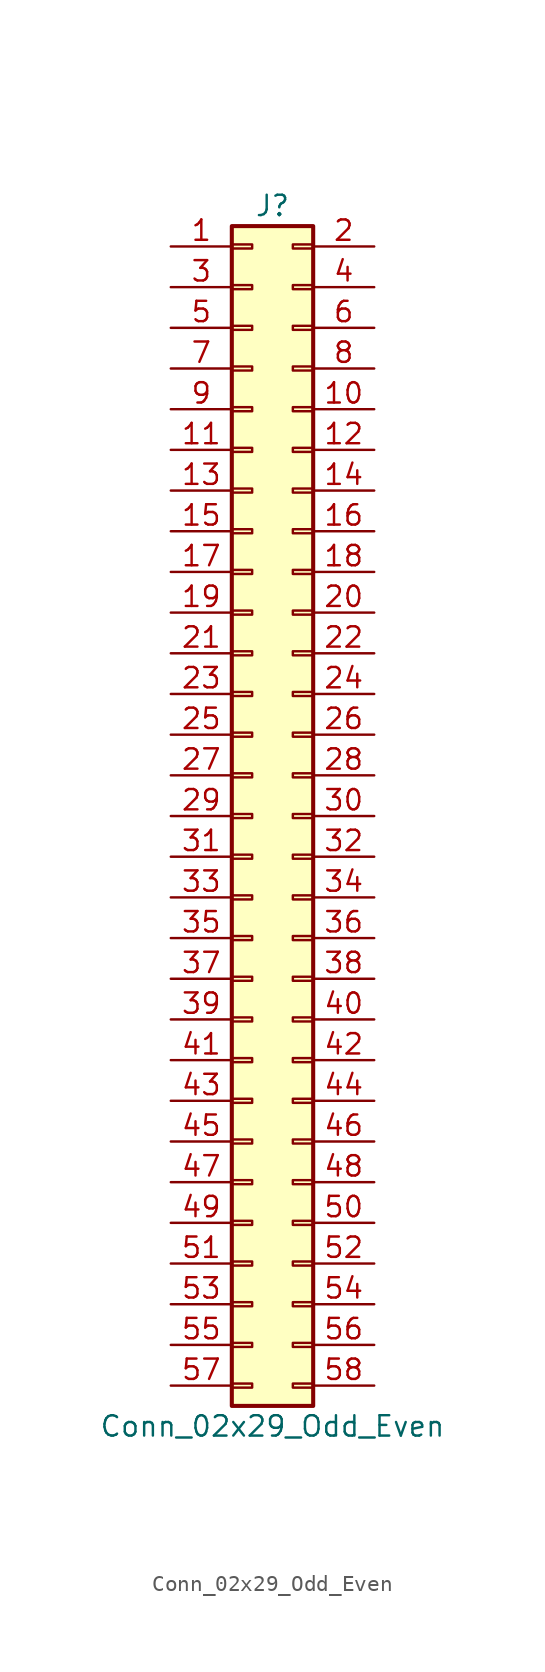
<source format=kicad_sym>
(kicad_symbol_lib
  (version 20201005)
  (generator kicad_symbol_editor)
  (symbol "Connector_Generic:Conn_02x29_Odd_Even"
    (pin_names
      (offset 1.016) hide)
    (property "Reference" "J"
      (at 1.27 38.1 0)
      (effects (font (size 1.27 1.27))))
    (property "Value" "Conn_02x29_Odd_Even"
      (at 1.27 -38.1 0)
      (effects (font (size 1.27 1.27))))
    (symbol "Conn_02x29_Odd_Even_1_1"
      (rectangle (start -1.27 -27.813) (end 0 -28.067) (stroke (width 0.152)) (fill (type none)))
      (rectangle (start -1.27 -30.353) (end 0 -30.607) (stroke (width 0.152)) (fill (type none)))
      (rectangle (start -1.27 -32.893) (end 0 -33.147) (stroke (width 0.152)) (fill (type none)))
      (rectangle (start -1.27 -35.433) (end 0 -35.687) (stroke (width 0.152)) (fill (type none)))
      (rectangle (start -1.27 -4.953) (end 0 -5.207) (stroke (width 0.152)) (fill (type none)))
      (rectangle (start -1.27 -7.493) (end 0 -7.747) (stroke (width 0.152)) (fill (type none)))
      (rectangle (start -1.27 -10.033) (end 0 -10.287) (stroke (width 0.152)) (fill (type none)))
      (rectangle (start -1.27 -12.573) (end 0 -12.827) (stroke (width 0.152)) (fill (type none)))
      (rectangle (start -1.27 -15.113) (end 0 -15.367) (stroke (width 0.152)) (fill (type none)))
      (rectangle (start -1.27 -17.653) (end 0 -17.907) (stroke (width 0.152)) (fill (type none)))
      (rectangle (start -1.27 -20.193) (end 0 -20.447) (stroke (width 0.152)) (fill (type none)))
      (rectangle (start -1.27 -22.733) (end 0 -22.987) (stroke (width 0.152)) (fill (type none)))
      (rectangle (start -1.27 -2.413) (end 0 -2.667) (stroke (width 0.152)) (fill (type none)))
      (rectangle (start -1.27 -25.273) (end 0 -25.527) (stroke (width 0.152)) (fill (type none)))
      (rectangle (start -1.27 25.527) (end 0 25.273) (stroke (width 0.152)) (fill (type none)))
      (rectangle (start -1.27 2.667) (end 0 2.413) (stroke (width 0.152)) (fill (type none)))
      (rectangle (start -1.27 28.067) (end 0 27.813) (stroke (width 0.152)) (fill (type none)))
      (rectangle (start -1.27 30.607) (end 0 30.353) (stroke (width 0.152)) (fill (type none)))
      (rectangle (start -1.27 33.147) (end 0 32.893) (stroke (width 0.152)) (fill (type none)))
      (rectangle (start -1.27 35.687) (end 0 35.433) (stroke (width 0.152)) (fill (type none)))
      (rectangle (start -1.27 36.83) (end 3.81 -36.83) (stroke (width 0.254)) (fill (type background)))
      (rectangle (start -1.27 5.207) (end 0 4.953) (stroke (width 0.152)) (fill (type none)))
      (rectangle (start -1.27 7.747) (end 0 7.493) (stroke (width 0.152)) (fill (type none)))
      (rectangle (start -1.27 10.287) (end 0 10.033) (stroke (width 0.152)) (fill (type none)))
      (rectangle (start -1.27 0.127) (end 0 -0.127) (stroke (width 0.152)) (fill (type none)))
      (rectangle (start -1.27 12.827) (end 0 12.573) (stroke (width 0.152)) (fill (type none)))
      (rectangle (start -1.27 15.367) (end 0 15.113) (stroke (width 0.152)) (fill (type none)))
      (rectangle (start -1.27 17.907) (end 0 17.653) (stroke (width 0.152)) (fill (type none)))
      (rectangle (start -1.27 20.447) (end 0 20.193) (stroke (width 0.152)) (fill (type none)))
      (rectangle (start -1.27 22.987) (end 0 22.733) (stroke (width 0.152)) (fill (type none)))
      (rectangle (start 3.81 -27.813) (end 2.54 -28.067) (stroke (width 0.152)) (fill (type none)))
      (rectangle (start 3.81 -30.353) (end 2.54 -30.607) (stroke (width 0.152)) (fill (type none)))
      (rectangle (start 3.81 -32.893) (end 2.54 -33.147) (stroke (width 0.152)) (fill (type none)))
      (rectangle (start 3.81 -35.433) (end 2.54 -35.687) (stroke (width 0.152)) (fill (type none)))
      (rectangle (start 3.81 -4.953) (end 2.54 -5.207) (stroke (width 0.152)) (fill (type none)))
      (rectangle (start 3.81 -7.493) (end 2.54 -7.747) (stroke (width 0.152)) (fill (type none)))
      (rectangle (start 3.81 -10.033) (end 2.54 -10.287) (stroke (width 0.152)) (fill (type none)))
      (rectangle (start 3.81 -12.573) (end 2.54 -12.827) (stroke (width 0.152)) (fill (type none)))
      (rectangle (start 3.81 -15.113) (end 2.54 -15.367) (stroke (width 0.152)) (fill (type none)))
      (rectangle (start 3.81 -17.653) (end 2.54 -17.907) (stroke (width 0.152)) (fill (type none)))
      (rectangle (start 3.81 -20.193) (end 2.54 -20.447) (stroke (width 0.152)) (fill (type none)))
      (rectangle (start 3.81 -22.733) (end 2.54 -22.987) (stroke (width 0.152)) (fill (type none)))
      (rectangle (start 3.81 -2.413) (end 2.54 -2.667) (stroke (width 0.152)) (fill (type none)))
      (rectangle (start 3.81 -25.273) (end 2.54 -25.527) (stroke (width 0.152)) (fill (type none)))
      (rectangle (start 3.81 25.527) (end 2.54 25.273) (stroke (width 0.152)) (fill (type none)))
      (rectangle (start 3.81 2.667) (end 2.54 2.413) (stroke (width 0.152)) (fill (type none)))
      (rectangle (start 3.81 28.067) (end 2.54 27.813) (stroke (width 0.152)) (fill (type none)))
      (rectangle (start 3.81 30.607) (end 2.54 30.353) (stroke (width 0.152)) (fill (type none)))
      (rectangle (start 3.81 33.147) (end 2.54 32.893) (stroke (width 0.152)) (fill (type none)))
      (rectangle (start 3.81 35.687) (end 2.54 35.433) (stroke (width 0.152)) (fill (type none)))
      (rectangle (start 3.81 5.207) (end 2.54 4.953) (stroke (width 0.152)) (fill (type none)))
      (rectangle (start 3.81 7.747) (end 2.54 7.493) (stroke (width 0.152)) (fill (type none)))
      (rectangle (start 3.81 10.287) (end 2.54 10.033) (stroke (width 0.152)) (fill (type none)))
      (rectangle (start 3.81 0.127) (end 2.54 -0.127) (stroke (width 0.152)) (fill (type none)))
      (rectangle (start 3.81 12.827) (end 2.54 12.573) (stroke (width 0.152)) (fill (type none)))
      (rectangle (start 3.81 15.367) (end 2.54 15.113) (stroke (width 0.152)) (fill (type none)))
      (rectangle (start 3.81 17.907) (end 2.54 17.653) (stroke (width 0.152)) (fill (type none)))
      (rectangle (start 3.81 20.447) (end 2.54 20.193) (stroke (width 0.152)) (fill (type none)))
      (rectangle (start 3.81 22.987) (end 2.54 22.733) (stroke (width 0.152)) (fill (type none)))
      (pin passive line (at -5.08 35.56 0) (length 3.81) (name "Pin_1" (effects (font (size 1.27 1.27)))) (number "1" (effects (font (size 1.27 1.27)))))
      (pin passive line (at 7.62 25.4 180) (length 3.81) (name "Pin_10" (effects (font (size 1.27 1.27)))) (number "10" (effects (font (size 1.27 1.27)))))
      (pin passive line (at -5.08 22.86 0) (length 3.81) (name "Pin_11" (effects (font (size 1.27 1.27)))) (number "11" (effects (font (size 1.27 1.27)))))
      (pin passive line (at 7.62 22.86 180) (length 3.81) (name "Pin_12" (effects (font (size 1.27 1.27)))) (number "12" (effects (font (size 1.27 1.27)))))
      (pin passive line (at -5.08 20.32 0) (length 3.81) (name "Pin_13" (effects (font (size 1.27 1.27)))) (number "13" (effects (font (size 1.27 1.27)))))
      (pin passive line (at 7.62 20.32 180) (length 3.81) (name "Pin_14" (effects (font (size 1.27 1.27)))) (number "14" (effects (font (size 1.27 1.27)))))
      (pin passive line (at -5.08 17.78 0) (length 3.81) (name "Pin_15" (effects (font (size 1.27 1.27)))) (number "15" (effects (font (size 1.27 1.27)))))
      (pin passive line (at 7.62 17.78 180) (length 3.81) (name "Pin_16" (effects (font (size 1.27 1.27)))) (number "16" (effects (font (size 1.27 1.27)))))
      (pin passive line (at -5.08 15.24 0) (length 3.81) (name "Pin_17" (effects (font (size 1.27 1.27)))) (number "17" (effects (font (size 1.27 1.27)))))
      (pin passive line (at 7.62 15.24 180) (length 3.81) (name "Pin_18" (effects (font (size 1.27 1.27)))) (number "18" (effects (font (size 1.27 1.27)))))
      (pin passive line (at -5.08 12.7 0) (length 3.81) (name "Pin_19" (effects (font (size 1.27 1.27)))) (number "19" (effects (font (size 1.27 1.27)))))
      (pin passive line (at 7.62 35.56 180) (length 3.81) (name "Pin_2" (effects (font (size 1.27 1.27)))) (number "2" (effects (font (size 1.27 1.27)))))
      (pin passive line (at 7.62 12.7 180) (length 3.81) (name "Pin_20" (effects (font (size 1.27 1.27)))) (number "20" (effects (font (size 1.27 1.27)))))
      (pin passive line (at -5.08 10.16 0) (length 3.81) (name "Pin_21" (effects (font (size 1.27 1.27)))) (number "21" (effects (font (size 1.27 1.27)))))
      (pin passive line (at 7.62 10.16 180) (length 3.81) (name "Pin_22" (effects (font (size 1.27 1.27)))) (number "22" (effects (font (size 1.27 1.27)))))
      (pin passive line (at -5.08 7.62 0) (length 3.81) (name "Pin_23" (effects (font (size 1.27 1.27)))) (number "23" (effects (font (size 1.27 1.27)))))
      (pin passive line (at 7.62 7.62 180) (length 3.81) (name "Pin_24" (effects (font (size 1.27 1.27)))) (number "24" (effects (font (size 1.27 1.27)))))
      (pin passive line (at -5.08 5.08 0) (length 3.81) (name "Pin_25" (effects (font (size 1.27 1.27)))) (number "25" (effects (font (size 1.27 1.27)))))
      (pin passive line (at 7.62 5.08 180) (length 3.81) (name "Pin_26" (effects (font (size 1.27 1.27)))) (number "26" (effects (font (size 1.27 1.27)))))
      (pin passive line (at -5.08 2.54 0) (length 3.81) (name "Pin_27" (effects (font (size 1.27 1.27)))) (number "27" (effects (font (size 1.27 1.27)))))
      (pin passive line (at 7.62 2.54 180) (length 3.81) (name "Pin_28" (effects (font (size 1.27 1.27)))) (number "28" (effects (font (size 1.27 1.27)))))
      (pin passive line (at -5.08 0 0) (length 3.81) (name "Pin_29" (effects (font (size 1.27 1.27)))) (number "29" (effects (font (size 1.27 1.27)))))
      (pin passive line (at -5.08 33.02 0) (length 3.81) (name "Pin_3" (effects (font (size 1.27 1.27)))) (number "3" (effects (font (size 1.27 1.27)))))
      (pin passive line (at 7.62 0 180) (length 3.81) (name "Pin_30" (effects (font (size 1.27 1.27)))) (number "30" (effects (font (size 1.27 1.27)))))
      (pin passive line (at -5.08 -2.54 0) (length 3.81) (name "Pin_31" (effects (font (size 1.27 1.27)))) (number "31" (effects (font (size 1.27 1.27)))))
      (pin passive line (at 7.62 -2.54 180) (length 3.81) (name "Pin_32" (effects (font (size 1.27 1.27)))) (number "32" (effects (font (size 1.27 1.27)))))
      (pin passive line (at -5.08 -5.08 0) (length 3.81) (name "Pin_33" (effects (font (size 1.27 1.27)))) (number "33" (effects (font (size 1.27 1.27)))))
      (pin passive line (at 7.62 -5.08 180) (length 3.81) (name "Pin_34" (effects (font (size 1.27 1.27)))) (number "34" (effects (font (size 1.27 1.27)))))
      (pin passive line (at -5.08 -7.62 0) (length 3.81) (name "Pin_35" (effects (font (size 1.27 1.27)))) (number "35" (effects (font (size 1.27 1.27)))))
      (pin passive line (at 7.62 -7.62 180) (length 3.81) (name "Pin_36" (effects (font (size 1.27 1.27)))) (number "36" (effects (font (size 1.27 1.27)))))
      (pin passive line (at -5.08 -10.16 0) (length 3.81) (name "Pin_37" (effects (font (size 1.27 1.27)))) (number "37" (effects (font (size 1.27 1.27)))))
      (pin passive line (at 7.62 -10.16 180) (length 3.81) (name "Pin_38" (effects (font (size 1.27 1.27)))) (number "38" (effects (font (size 1.27 1.27)))))
      (pin passive line (at -5.08 -12.7 0) (length 3.81) (name "Pin_39" (effects (font (size 1.27 1.27)))) (number "39" (effects (font (size 1.27 1.27)))))
      (pin passive line (at 7.62 33.02 180) (length 3.81) (name "Pin_4" (effects (font (size 1.27 1.27)))) (number "4" (effects (font (size 1.27 1.27)))))
      (pin passive line (at 7.62 -12.7 180) (length 3.81) (name "Pin_40" (effects (font (size 1.27 1.27)))) (number "40" (effects (font (size 1.27 1.27)))))
      (pin passive line (at -5.08 -15.24 0) (length 3.81) (name "Pin_41" (effects (font (size 1.27 1.27)))) (number "41" (effects (font (size 1.27 1.27)))))
      (pin passive line (at 7.62 -15.24 180) (length 3.81) (name "Pin_42" (effects (font (size 1.27 1.27)))) (number "42" (effects (font (size 1.27 1.27)))))
      (pin passive line (at -5.08 -17.78 0) (length 3.81) (name "Pin_43" (effects (font (size 1.27 1.27)))) (number "43" (effects (font (size 1.27 1.27)))))
      (pin passive line (at 7.62 -17.78 180) (length 3.81) (name "Pin_44" (effects (font (size 1.27 1.27)))) (number "44" (effects (font (size 1.27 1.27)))))
      (pin passive line (at -5.08 -20.32 0) (length 3.81) (name "Pin_45" (effects (font (size 1.27 1.27)))) (number "45" (effects (font (size 1.27 1.27)))))
      (pin passive line (at 7.62 -20.32 180) (length 3.81) (name "Pin_46" (effects (font (size 1.27 1.27)))) (number "46" (effects (font (size 1.27 1.27)))))
      (pin passive line (at -5.08 -22.86 0) (length 3.81) (name "Pin_47" (effects (font (size 1.27 1.27)))) (number "47" (effects (font (size 1.27 1.27)))))
      (pin passive line (at 7.62 -22.86 180) (length 3.81) (name "Pin_48" (effects (font (size 1.27 1.27)))) (number "48" (effects (font (size 1.27 1.27)))))
      (pin passive line (at -5.08 -25.4 0) (length 3.81) (name "Pin_49" (effects (font (size 1.27 1.27)))) (number "49" (effects (font (size 1.27 1.27)))))
      (pin passive line (at -5.08 30.48 0) (length 3.81) (name "Pin_5" (effects (font (size 1.27 1.27)))) (number "5" (effects (font (size 1.27 1.27)))))
      (pin passive line (at 7.62 -25.4 180) (length 3.81) (name "Pin_50" (effects (font (size 1.27 1.27)))) (number "50" (effects (font (size 1.27 1.27)))))
      (pin passive line (at -5.08 -27.94 0) (length 3.81) (name "Pin_51" (effects (font (size 1.27 1.27)))) (number "51" (effects (font (size 1.27 1.27)))))
      (pin passive line (at 7.62 -27.94 180) (length 3.81) (name "Pin_52" (effects (font (size 1.27 1.27)))) (number "52" (effects (font (size 1.27 1.27)))))
      (pin passive line (at -5.08 -30.48 0) (length 3.81) (name "Pin_53" (effects (font (size 1.27 1.27)))) (number "53" (effects (font (size 1.27 1.27)))))
      (pin passive line (at 7.62 -30.48 180) (length 3.81) (name "Pin_54" (effects (font (size 1.27 1.27)))) (number "54" (effects (font (size 1.27 1.27)))))
      (pin passive line (at -5.08 -33.02 0) (length 3.81) (name "Pin_55" (effects (font (size 1.27 1.27)))) (number "55" (effects (font (size 1.27 1.27)))))
      (pin passive line (at 7.62 -33.02 180) (length 3.81) (name "Pin_56" (effects (font (size 1.27 1.27)))) (number "56" (effects (font (size 1.27 1.27)))))
      (pin passive line (at -5.08 -35.56 0) (length 3.81) (name "Pin_57" (effects (font (size 1.27 1.27)))) (number "57" (effects (font (size 1.27 1.27)))))
      (pin passive line (at 7.62 -35.56 180) (length 3.81) (name "Pin_58" (effects (font (size 1.27 1.27)))) (number "58" (effects (font (size 1.27 1.27)))))
      (pin passive line (at 7.62 30.48 180) (length 3.81) (name "Pin_6" (effects (font (size 1.27 1.27)))) (number "6" (effects (font (size 1.27 1.27)))))
      (pin passive line (at -5.08 27.94 0) (length 3.81) (name "Pin_7" (effects (font (size 1.27 1.27)))) (number "7" (effects (font (size 1.27 1.27)))))
      (pin passive line (at 7.62 27.94 180) (length 3.81) (name "Pin_8" (effects (font (size 1.27 1.27)))) (number "8" (effects (font (size 1.27 1.27)))))
      (pin passive line (at -5.08 25.4 0) (length 3.81) (name "Pin_9" (effects (font (size 1.27 1.27)))) (number "9" (effects (font (size 1.27 1.27))))))))
</source>
